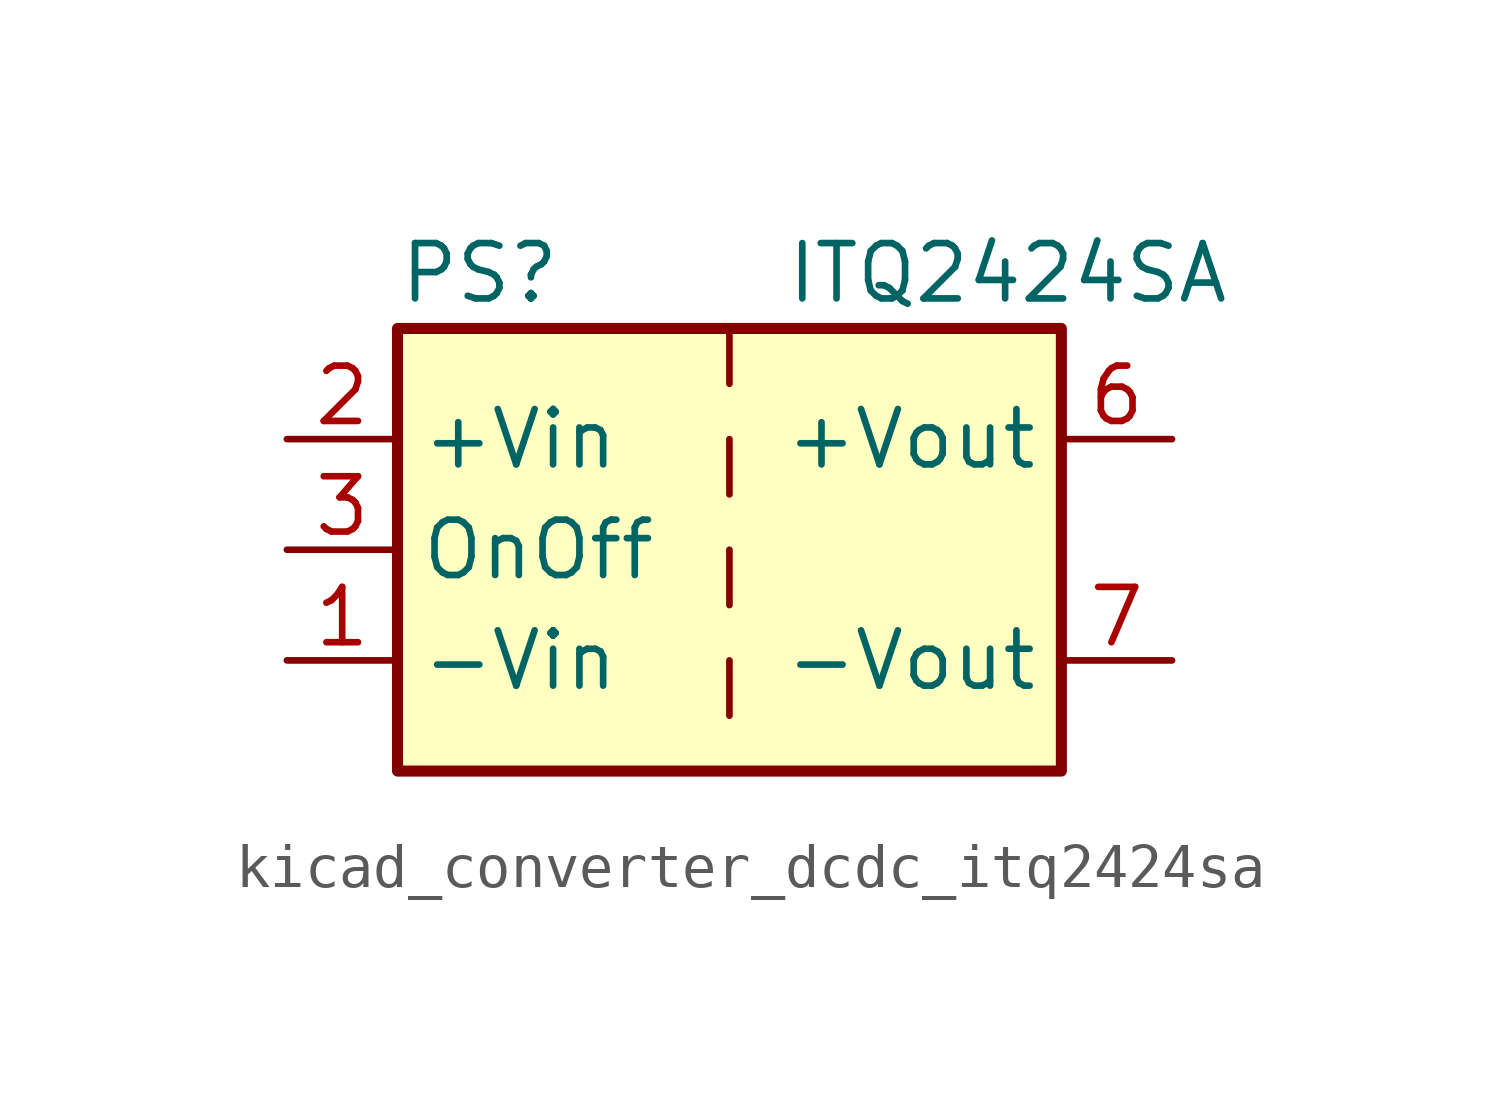
<source format=kicad_sym>
(kicad_symbol_lib
  (version 20220914)
  (generator kicad_symbol_editor)
  (symbol "kicad_converter_dcdc_itq2424sa"
    (property "Reference" "PS"
      (at -7.62 6.35 0)
      (effects (font (size 1.27 1.27)) (justify left)))
    (property "Value" "ITQ2424SA"
      (at 1.27 6.35 0)
      (effects (font (size 1.27 1.27)) (justify left)))
    (symbol "kicad_converter_dcdc_itq2424sa_0_0"
      (pin power_in line (at -10.16 -2.54 0) (length 2.54) (name "-Vin" (effects (font (size 1.27 1.27)))) (number "1" (effects (font (size 1.27 1.27)))))
      (pin power_in line (at -10.16 2.54 0) (length 2.54) (name "+Vin" (effects (font (size 1.27 1.27)))) (number "2" (effects (font (size 1.27 1.27)))))
      (pin input line (at -10.16 0 0) (length 2.54) (name "OnOff" (effects (font (size 1.27 1.27)))) (number "3" (effects (font (size 1.27 1.27)))))
      (pin no_connect line (at 0 5.08 270) (length 2.54) hide (name "NC" (effects (font (size 1.27 1.27)))) (number "5" (effects (font (size 1.27 1.27)))))
      (pin power_out line (at 10.16 2.54 180) (length 2.54) (name "+Vout" (effects (font (size 1.27 1.27)))) (number "6" (effects (font (size 1.27 1.27)))))
      (pin power_out line (at 10.16 -2.54 180) (length 2.54) (name "-Vout" (effects (font (size 1.27 1.27)))) (number "7" (effects (font (size 1.27 1.27)))))
      (pin no_connect line (at 7.62 0 180) (length 2.54) hide (name "NC" (effects (font (size 1.27 1.27)))) (number "8" (effects (font (size 1.27 1.27))))))
    (symbol "kicad_converter_dcdc_itq2424sa_0_1"
      (rectangle (start -7.62 5.08) (end 7.62 -5.08) (stroke (width 0.254) (type default)) (fill (type background)))
      (polyline (pts (xy 0 -2.54) (xy 0 -3.81)) (stroke (width 0) (type default)) (fill (type none)))
      (polyline (pts (xy 0 0) (xy 0 -1.27)) (stroke (width 0) (type default)) (fill (type none)))
      (polyline (pts (xy 0 2.54) (xy 0 1.27)) (stroke (width 0) (type default)) (fill (type none)))
      (polyline (pts (xy 0 5.08) (xy 0 3.81)) (stroke (width 0) (type default)) (fill (type none))))))
</source>
